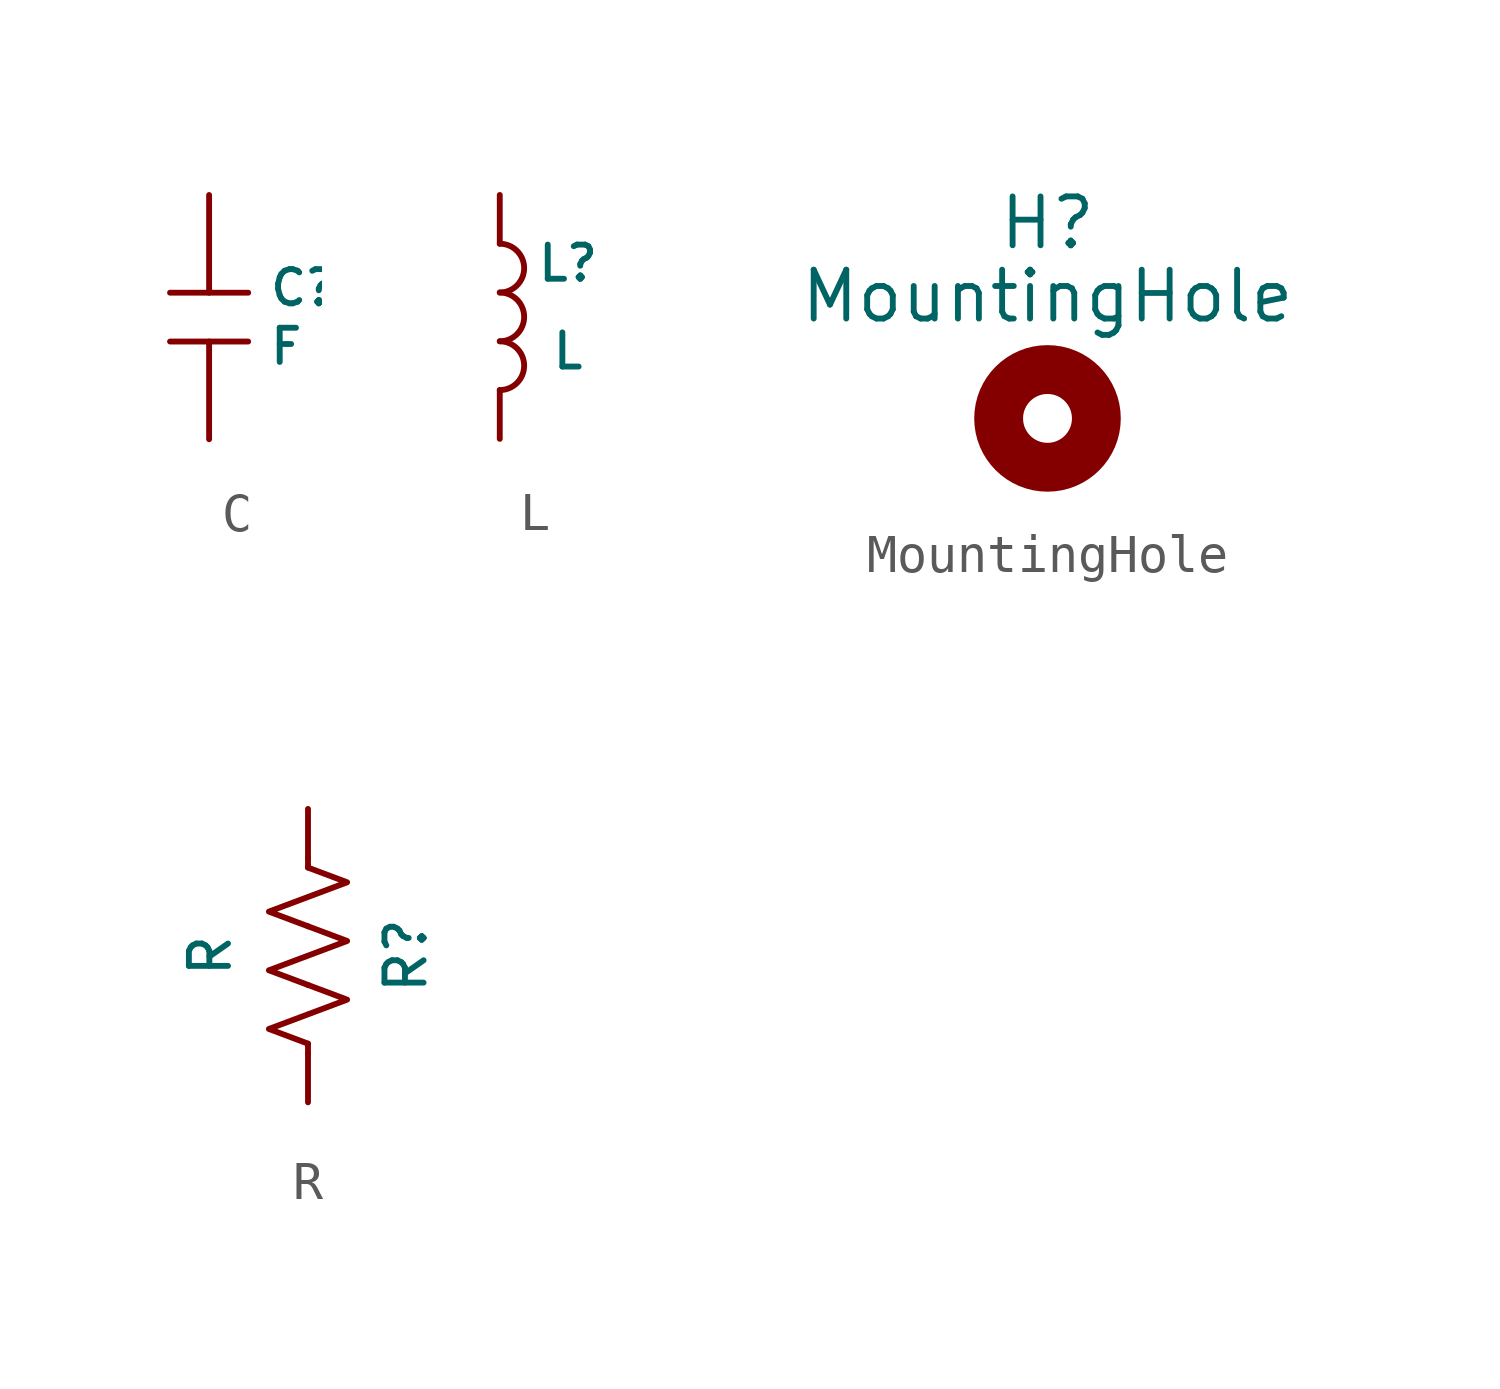
<source format=kicad_sym>
(kicad_symbol_lib
  (version 20241209)
  (generator "kicad_symbol_editor")
  (generator_version "9.0")
  (symbol "C"
    (pin_numbers
      (hide yes))
    (pin_names
      (offset 0.254)
      (hide yes))
    (property "Reference" "C"
      (at 1.524 0.762 0)
      (effects (font (size 0.889 0.889)) (justify left)))
    (property "Value" "F"
      (at 1.524 -0.762 0)
      (effects (font (size 0.889 0.889)) (justify left)))
    (symbol "C_0_1"
      (polyline (pts (xy -1.016 0.635) (xy 1.016 0.635)) (stroke (width 0.152) (type default)) (fill (type none)))
      (polyline (pts (xy -1.016 -0.635) (xy 1.016 -0.635)) (stroke (width 0.152) (type default)) (fill (type none))))
    (symbol "C_1_1"
      (pin passive line (at 0 3.175 270) (length 2.54) (name "~" (effects (font (size 1.27 1.27)))) (number "1" (effects (font (size 1.27 1.27)))))
      (pin passive line (at 0 -3.175 90) (length 2.54) (name "~" (effects (font (size 1.27 1.27)))) (number "2" (effects (font (size 1.27 1.27)))))))
  (symbol "L"
    (pin_numbers
      (hide yes))
    (pin_names
      (offset 1.016)
      (hide yes))
    (property "Reference" "L"
      (at 1.778 2.032 0)
      (effects (font (size 0.889 0.889))))
    (property "Value" "L"
      (at 1.778 -0.254 0)
      (effects (font (size 0.889 0.889))))
    (symbol "L_0_1"
      (arc (start 0 2.54) (mid 0.6323 1.905) (end 0 1.27) (stroke (width 0) (type default)) (fill (type none)))
      (arc (start 0 1.27) (mid 0.6323 0.635) (end 0 0) (stroke (width 0) (type default)) (fill (type none)))
      (arc (start 0 0) (mid 0.6323 -0.635) (end 0 -1.27) (stroke (width 0) (type default)) (fill (type none))))
    (symbol "L_1_1"
      (pin passive line (at 0 3.81 270) (length 1.27) (name "1" (effects (font (size 1.27 1.27)))) (number "1" (effects (font (size 1.27 1.27)))))
      (pin passive line (at 0 -2.54 90) (length 1.27) (name "2" (effects (font (size 1.27 1.27)))) (number "2" (effects (font (size 1.27 1.27)))))))
  (symbol "MountingHole"
    (pin_names
      (offset 1.016))
    (property "Reference" "H"
      (at 0 5.08 0)
      (effects (font (size 1.27 1.27))))
    (property "Value" "MountingHole"
      (at 0 3.175 0)
      (effects (font (size 1.27 1.27))))
    (symbol "MountingHole_1_1"
      (circle (center 0 0) (radius 1.27) (stroke (width 1.27) (type solid)) (fill (type none)))))
  (symbol "R"
    (pin_numbers
      (hide yes))
    (pin_names
      (offset 0))
    (property "Reference" "R"
      (at 2.54 0 90)
      (effects (font (size 1.016 1.016))))
    (property "Value" "R"
      (at -2.54 0 90)
      (effects (font (size 1.016 1.016))))
    (symbol "R_0_1"
      (polyline (pts (xy 0 2.286) (xy 0 2.54)) (stroke (width 0) (type default)) (fill (type none)))
      (polyline (pts (xy 0 2.286) (xy 1.016 1.905) (xy 0 1.524) (xy -1.016 1.143) (xy 0 0.762)) (stroke (width 0) (type default)) (fill (type none)))
      (polyline (pts (xy 0 0.762) (xy 1.016 0.381) (xy 0 0) (xy -1.016 -0.381) (xy 0 -0.762)) (stroke (width 0) (type default)) (fill (type none)))
      (polyline (pts (xy 0 -0.762) (xy 1.016 -1.143) (xy 0 -1.524) (xy -1.016 -1.905) (xy 0 -2.286)) (stroke (width 0) (type default)) (fill (type none)))
      (polyline (pts (xy 0 -2.286) (xy 0 -2.54)) (stroke (width 0) (type default)) (fill (type none))))
    (symbol "R_1_1"
      (pin passive line (at 0 3.81 270) (length 1.27) (name "~" (effects (font (size 1.27 1.27)))) (number "1" (effects (font (size 1.27 1.27)))))
      (pin passive line (at 0 -3.81 90) (length 1.27) (name "~" (effects (font (size 1.27 1.27)))) (number "2" (effects (font (size 1.27 1.27))))))))
</source>
